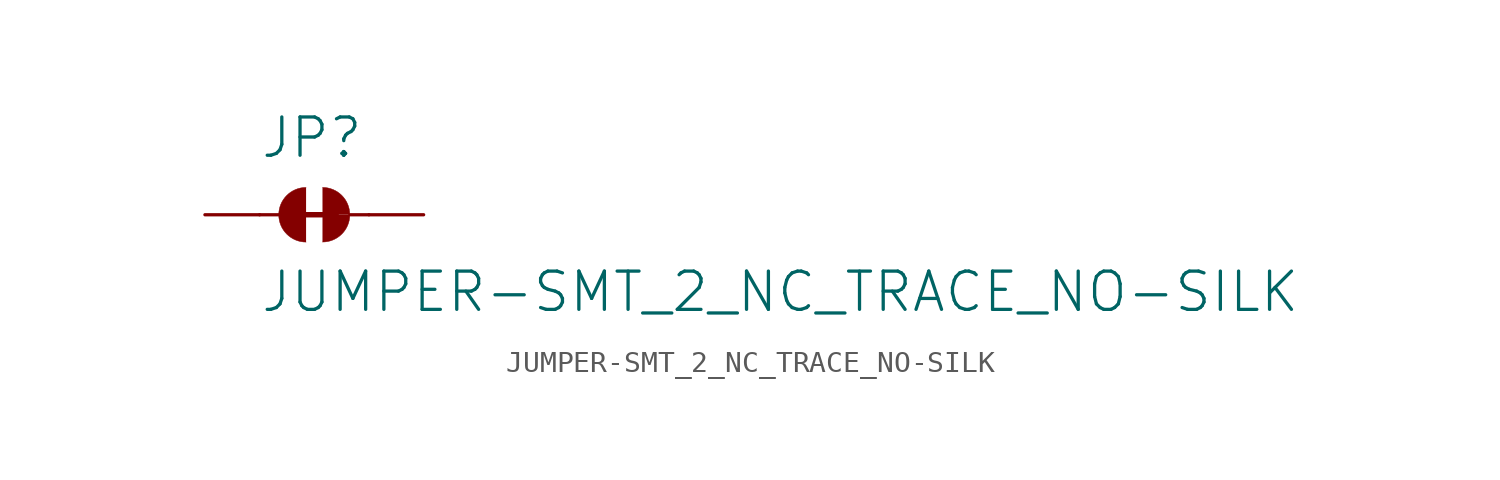
<source format=kicad_sym>
(kicad_symbol_lib
  (version 20220331)
  (generator kicad_symbol_editor)
  (symbol "JUMPER-SMT_2_NC_TRACE_NO-SILK"
    (property "Reference" "JP"
      (at -2.54 2.54 0)
      (effects (font (size 1.778 1.778)) (justify left bottom)))
    (property "Value" "JUMPER-SMT_2_NC_TRACE_NO-SILK"
      (at -2.54 -2.54 0)
      (effects (font (size 1.778 1.778)) (justify left top)))
    (property "ki_locked" ""
      (at 0 0 0)
      (effects (font (size 1.27 1.27))))
    (symbol "JUMPER-SMT_2_NC_TRACE_NO-SILK_1_0"
      (arc (start -0.381 1.2699) (mid -1.6508 0) (end -0.381 -1.2699) (stroke (width 0.0001) (type solid)) (fill (type outline)))
      (polyline (pts (xy -2.54 0) (xy -1.651 0)) (stroke (width 0.152) (type solid)) (fill (type none)))
      (polyline (pts (xy -0.762 0) (xy 1.016 0)) (stroke (width 0.254) (type solid)) (fill (type none)))
      (polyline (pts (xy 2.54 0) (xy 1.651 0)) (stroke (width 0.152) (type solid)) (fill (type none)))
      (arc (start 0.381 -1.2698) (mid 1.279 -0.898) (end 1.6509 0) (stroke (width 0.0001) (type solid)) (fill (type outline)))
      (arc (start 1.651 0) (mid 1.2789 0.8979) (end 0.381 1.2699) (stroke (width 0.0001) (type solid)) (fill (type outline)))
      (pin passive line (at -5.08 0 0) (length 2.54) (name "1" (effects (font (size 0 0)))) (number "1" (effects (font (size 0 0)))))
      (pin passive line (at 5.08 0 180) (length 2.54) (name "2" (effects (font (size 0 0)))) (number "2" (effects (font (size 0 0))))))))
</source>
